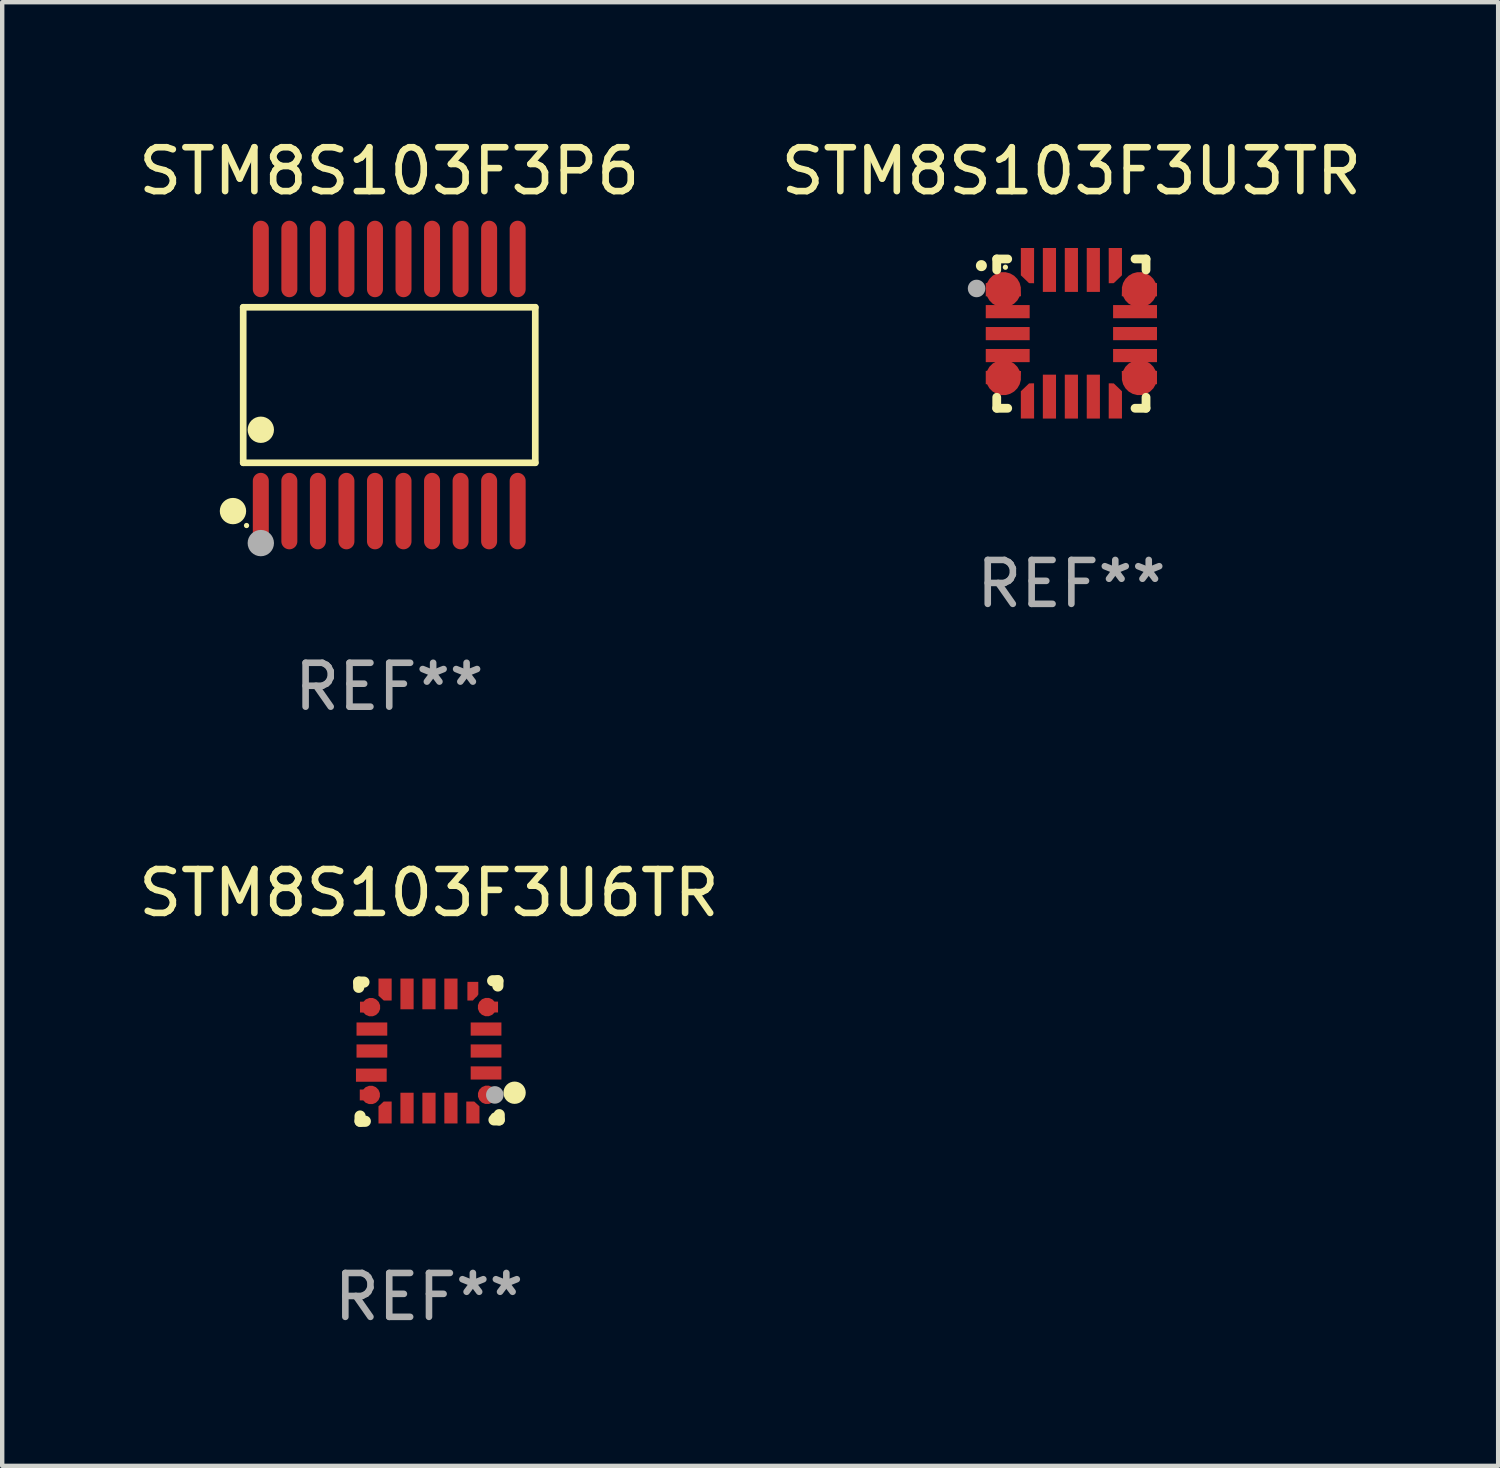
<source format=kicad_pcb>
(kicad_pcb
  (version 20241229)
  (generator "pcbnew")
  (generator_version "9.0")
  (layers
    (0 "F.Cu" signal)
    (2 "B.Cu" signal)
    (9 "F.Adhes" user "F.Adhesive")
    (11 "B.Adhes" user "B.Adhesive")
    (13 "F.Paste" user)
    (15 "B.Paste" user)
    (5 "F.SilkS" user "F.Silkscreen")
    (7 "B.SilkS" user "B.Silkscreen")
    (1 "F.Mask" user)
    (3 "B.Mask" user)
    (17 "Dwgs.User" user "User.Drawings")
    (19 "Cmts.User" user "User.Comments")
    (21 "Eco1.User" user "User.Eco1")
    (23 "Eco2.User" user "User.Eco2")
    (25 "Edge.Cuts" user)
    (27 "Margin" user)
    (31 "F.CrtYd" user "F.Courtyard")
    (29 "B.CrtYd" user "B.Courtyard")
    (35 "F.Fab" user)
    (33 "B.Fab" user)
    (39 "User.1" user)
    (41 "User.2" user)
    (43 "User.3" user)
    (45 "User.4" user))
  (footprint "STM8S103F3U6TR"
    (layer "F.Cu")
    (at 6.72 20.887)
    (property "Reference" "STM8S103F3U6TR" (at 0 -3.6 0) (layer "F.SilkS") (effects (font (size 1 1) (thickness 0.15))))
    (attr through_hole)
    (fp_line (start -1.6 -1.569) (end -1.481 -1.569) (stroke (width 0.254) (type solid)) (layer "F.SilkS"))
    (fp_line (start -1.6 -1.45) (end -1.6 -1.569) (stroke (width 0.254) (type solid)) (layer "F.SilkS"))
    (fp_line (start -1.569 1.6) (end -1.569 1.481) (stroke (width 0.254) (type solid)) (layer "F.SilkS"))
    (fp_line (start -1.45 1.6) (end -1.569 1.6) (stroke (width 0.254) (type solid)) (layer "F.SilkS"))
    (fp_line (start 1.45 -1.6) (end 1.569 -1.6) (stroke (width 0.254) (type solid)) (layer "F.SilkS"))
    (fp_line (start 1.569 -1.6) (end 1.569 -1.481) (stroke (width 0.254) (type solid)) (layer "F.SilkS"))
    (fp_line (start 1.6 1.45) (end 1.6 1.569) (stroke (width 0.254) (type solid)) (layer "F.SilkS"))
    (fp_line (start 1.6 1.569) (end 1.481 1.569) (stroke (width 0.254) (type solid)) (layer "F.SilkS"))
    (fp_circle (center 1.5 1.5) (end 1.55 1.5) (stroke (width 0.1) (type solid)) (fill no) (layer "F.SilkS"))
    (fp_circle (center 1.95 0.95) (end 2.077 0.95) (stroke (width 0.254) (type solid)) (fill no) (layer "F.SilkS"))
    (fp_circle (center 1.5 1) (end 1.6 1) (stroke (width 0.2) (type solid)) (fill no) (layer "F.Fab"))
    (fp_text user "REF**" (at 0 5.6 0) (layer "F.Fab") (effects (font (size 1 1) (thickness 0.15))))
    (pad "1" smd custom (at 1.324 0.998) (size 0.424 0.249) (layers "F.Cu" "F.Mask" "F.Paste") (options (anchor circle)) (primitives (gr_poly (pts (xy 0.25 0.124) (xy 0.25 -0.123) (xy 0.172 -0.124) (xy -0.174 -0.124) (xy -0.174 -0.001) (xy -0.036 0.125)) (width 0) (fill yes))))
    (pad "2" smd rect (at 1.3 0.5) (size 0.7 0.3) (layers "F.Cu" "F.Mask" "F.Paste"))
    (pad "3" smd rect (at 1.3 -0.000025) (size 0.7 0.3) (layers "F.Cu" "F.Mask" "F.Paste"))
    (pad "4" smd rect (at 1.3 -0.5) (size 0.7 0.3) (layers "F.Cu" "F.Mask" "F.Paste"))
    (pad "5" smd custom (at 1.323 -1.001) (size 0.424 0.249) (layers "F.Cu" "F.Mask" "F.Paste") (options (anchor circle)) (primitives (gr_poly (pts (xy 0.25 -0.124) (xy 0.25 0.123) (xy 0.173 0.124) (xy -0.174 0.124) (xy -0.174 0.001) (xy -0.036 -0.125)) (width 0) (fill yes))))
    (pad "6" smd custom (at 1 -1.324) (size 0.249 0.425) (layers "F.Cu" "F.Mask" "F.Paste") (options (anchor circle)) (primitives (gr_poly (pts (xy 0.123 -0.25) (xy -0.123 -0.25) (xy -0.125 -0.172) (xy -0.125 0.175) (xy -0.001 0.175) (xy 0.124 0.036)) (width 0) (fill yes))))
    (pad "7" smd rect (at 0.5 -1.3) (size 0.3 0.7) (layers "F.Cu" "F.Mask" "F.Paste"))
    (pad "8" smd rect (at 0.000114 -1.3) (size 0.3 0.7) (layers "F.Cu" "F.Mask" "F.Paste"))
    (pad "9" smd rect (at -0.5 -1.3) (size 0.3 0.7) (layers "F.Cu" "F.Mask" "F.Paste"))
    (pad "10" smd custom (at -1 -1.4) (size 0.3 0.5) (layers "F.Cu" "F.Mask" "F.Paste") (options (anchor circle)) (primitives (gr_poly (pts (xy -0.15 -0.25) (xy 0.15 -0.25) (xy 0.15 0.25) (xy -0.03 0.25) (xy -0.15 0.14)) (width 0) (fill yes))))
    (pad "11" smd custom (at -1.321 -0.999) (size 0.424 0.249) (layers "F.Cu" "F.Mask" "F.Paste") (options (anchor circle)) (primitives (gr_poly (pts (xy -0.25 -0.124) (xy -0.25 0.123) (xy -0.172 0.124) (xy 0.174 0.124) (xy 0.174 0.001) (xy 0.036 -0.125)) (width 0) (fill yes))))
    (pad "12" smd rect (at -1.3 -0.5) (size 0.7 0.3) (layers "F.Cu" "F.Mask" "F.Paste"))
    (pad "13" smd rect (at -1.3 -0.000025) (size 0.7 0.3) (layers "F.Cu" "F.Mask" "F.Paste"))
    (pad "14" smd rect (at -1.313 0.55) (size 0.7 0.3) (layers "F.Cu" "F.Mask" "F.Paste"))
    (pad "15" smd custom (at -1.326 1.001) (size 0.424 0.249) (layers "F.Cu" "F.Mask" "F.Paste") (options (anchor circle)) (primitives (gr_poly (pts (xy -0.25 0.124) (xy -0.25 -0.124) (xy 0.174 -0.124) (xy 0.174 -0.001) (xy 0.036 0.125)) (width 0) (fill yes))))
    (pad "16" smd custom (at -1 1.4) (size 0.3 0.5) (layers "F.Cu" "F.Mask" "F.Paste") (options (anchor circle)) (primitives (gr_poly (pts (xy -0.15 0.25) (xy 0.15 0.25) (xy 0.15 -0.25) (xy -0.03 -0.25) (xy -0.15 -0.14)) (width 0) (fill yes))))
    (pad "17" smd rect (at -0.5 1.3) (size 0.3 0.7) (layers "F.Cu" "F.Mask" "F.Paste"))
    (pad "18" smd rect (at 0.000114 1.3) (size 0.3 0.7) (layers "F.Cu" "F.Mask" "F.Paste"))
    (pad "19" smd rect (at 0.5 1.3) (size 0.3 0.7) (layers "F.Cu" "F.Mask" "F.Paste"))
    (pad "20" smd custom (at 1 1.4) (size 0.3 0.5) (layers "F.Cu" "F.Mask" "F.Paste") (options (anchor circle)) (primitives (gr_poly (pts (xy 0.15 0.25) (xy -0.15 0.25) (xy -0.15 -0.25) (xy 0.03 -0.25) (xy 0.15 -0.14)) (width 0) (fill yes)))))
  (footprint "STM8S103F3U3TR"
    (layer "F.Cu")
    (at 21.351 4.548)
    (property "Reference" "STM8S103F3U3TR" (at 0 -3.7 0) (layer "F.SilkS") (effects (font (size 1 1) (thickness 0.15))))
    (attr through_hole)
    (fp_line (start -1.7 -1.7) (end -1.45 -1.7) (stroke (width 0.2) (type solid)) (layer "F.SilkS"))
    (fp_line (start -1.7 -1.45) (end -1.7 -1.7) (stroke (width 0.2) (type solid)) (layer "F.SilkS"))
    (fp_line (start -1.7 1.45) (end -1.7 1.7) (stroke (width 0.2) (type solid)) (layer "F.SilkS"))
    (fp_line (start -1.7 1.7) (end -1.45 1.7) (stroke (width 0.2) (type solid)) (layer "F.SilkS"))
    (fp_line (start 1.45 -1.7) (end 1.7 -1.7) (stroke (width 0.2) (type solid)) (layer "F.SilkS"))
    (fp_line (start 1.45 1.7) (end 1.7 1.7) (stroke (width 0.2) (type solid)) (layer "F.SilkS"))
    (fp_line (start 1.7 -1.7) (end 1.7 -1.45) (stroke (width 0.2) (type solid)) (layer "F.SilkS"))
    (fp_line (start 1.7 1.7) (end 1.7 1.45) (stroke (width 0.2) (type solid)) (layer "F.SilkS"))
    (fp_arc (start -2.049784 -1.546863) (mid -2.04979 -1.548133) (end -2.049784 -1.549403) (stroke (width 0.25) (type solid)) (layer "F.SilkS"))
    (fp_circle (center -1.503 -1.512) (end -1.473 -1.512) (stroke (width 0.06) (type solid)) (fill no) (layer "F.SilkS"))
    (fp_circle (center -2.159 -1.028) (end -2.059 -1.028) (stroke (width 0.2) (type solid)) (fill no) (layer "F.Fab"))
    (fp_text user "REF**" (at 0 5.7 0) (layer "F.Fab") (effects (font (size 1 1) (thickness 0.15))))
    (pad "1" smd custom (at -1.549 -1) (size 0.803 0.302) (layers "F.Cu" "F.Mask" "F.Paste") (options (anchor circle)) (primitives (gr_poly (pts (xy -0.401 -0.151) (xy 0.221 -0.151) (xy 0.399 0.036) (xy 0.401 0.15) (xy -0.401 0.151)) (width 0) (fill yes))))
    (pad "2" smd rect (at -1.45 -0.5 90) (size 0.3 1) (layers "F.Cu" "F.Mask" "F.Paste"))
    (pad "3" smd rect (at -1.45 0 90) (size 0.3 1) (layers "F.Cu" "F.Mask" "F.Paste"))
    (pad "4" smd rect (at -1.45 0.5 90) (size 0.3 1) (layers "F.Cu" "F.Mask" "F.Paste"))
    (pad "5" smd custom (at -1.549 1.001) (size 0.803 0.302) (layers "F.Cu" "F.Mask" "F.Paste") (options (anchor circle)) (primitives (gr_poly (pts (xy -0.401 0.151) (xy 0.221 0.151) (xy 0.399 -0.037) (xy 0.401 -0.15) (xy -0.401 -0.152)) (width 0) (fill yes))))
    (pad "6" smd custom (at -1 1.552) (size 0.302 0.803) (layers "F.Cu" "F.Mask" "F.Paste") (options (anchor circle)) (primitives (gr_poly (pts (xy -0.151 0.383) (xy -0.151 -0.239) (xy 0.036 -0.418) (xy 0.15 -0.42) (xy 0.151 0.383)) (width 0) (fill yes))))
    (pad "7" smd rect (at -0.5 1.435) (size 0.3 1) (layers "F.Cu" "F.Mask" "F.Paste"))
    (pad "8" smd rect (at 0 1.435) (size 0.3 1) (layers "F.Cu" "F.Mask" "F.Paste"))
    (pad "9" smd rect (at 0.5 1.435) (size 0.3 1) (layers "F.Cu" "F.Mask" "F.Paste"))
    (pad "10" smd custom (at 1.001 1.552) (size 0.302 0.803) (layers "F.Cu" "F.Mask" "F.Paste") (options (anchor circle)) (primitives (gr_poly (pts (xy 0.151 0.383) (xy 0.151 -0.239) (xy -0.036 -0.418) (xy -0.15 -0.42) (xy -0.151 0.383)) (width 0) (fill yes))))
    (pad "11" smd custom (at 1.549 1.001) (size 0.803 0.302) (layers "F.Cu" "F.Mask" "F.Paste") (options (anchor circle)) (primitives (gr_poly (pts (xy 0.401 0.151) (xy -0.221 0.151) (xy -0.399 -0.037) (xy -0.401 -0.15) (xy 0.401 -0.152)) (width 0) (fill yes))))
    (pad "12" smd rect (at 1.45 0.5 90) (size 0.3 1) (layers "F.Cu" "F.Mask" "F.Paste"))
    (pad "13" smd rect (at 1.45 0 90) (size 0.3 1) (layers "F.Cu" "F.Mask" "F.Paste"))
    (pad "14" smd rect (at 1.45 -0.5 90) (size 0.3 1) (layers "F.Cu" "F.Mask" "F.Paste"))
    (pad "15" smd custom (at 1.549 -1) (size 0.803 0.302) (layers "F.Cu" "F.Mask" "F.Paste") (options (anchor circle)) (primitives (gr_poly (pts (xy 0.401 -0.151) (xy -0.221 -0.151) (xy -0.399 0.036) (xy -0.401 0.15) (xy 0.401 0.151)) (width 0) (fill yes))))
    (pad "16" smd custom (at 1.001 -1.567) (size 0.302 0.803) (layers "F.Cu" "F.Mask" "F.Paste") (options (anchor circle)) (primitives (gr_poly (pts (xy 0.151 -0.383) (xy 0.151 0.239) (xy -0.036 0.418) (xy -0.15 0.42) (xy -0.151 -0.383)) (width 0) (fill yes))))
    (pad "17" smd rect (at 0.5 -1.45) (size 0.3 1) (layers "F.Cu" "F.Mask" "F.Paste"))
    (pad "18" smd rect (at 0 -1.45) (size 0.3 1) (layers "F.Cu" "F.Mask" "F.Paste"))
    (pad "19" smd rect (at -0.5 -1.45) (size 0.3 1) (layers "F.Cu" "F.Mask" "F.Paste"))
    (pad "20" smd custom (at -1 -1.567) (size 0.302 0.803) (layers "F.Cu" "F.Mask" "F.Paste") (options (anchor circle)) (primitives (gr_poly (pts (xy -0.151 -0.383) (xy -0.151 0.239) (xy 0.036 0.418) (xy 0.15 0.42) (xy 0.151 -0.383)) (width 0) (fill yes)))))
  (footprint "STM8S103F3P6"
    (layer "F.Cu")
    (at 5.815 5.719)
    (property "Reference" "STM8S103F3P6" (at 0 -4.871 0) (layer "F.SilkS") (effects (font (size 1 1) (thickness 0.15))))
    (attr through_hole)
    (fp_line (start -3.326 -1.771) (end 3.326 -1.771) (stroke (width 0.152) (type solid)) (layer "F.SilkS"))
    (fp_line (start -3.326 1.771) (end -3.326 -1.771) (stroke (width 0.152) (type solid)) (layer "F.SilkS"))
    (fp_line (start 3.326 -1.771) (end 3.326 1.771) (stroke (width 0.152) (type solid)) (layer "F.SilkS"))
    (fp_line (start 3.326 1.771) (end -3.326 1.771) (stroke (width 0.152) (type solid)) (layer "F.SilkS"))
    (fp_circle (center -3.559 2.871) (end -3.409 2.871) (stroke (width 0.3) (type solid)) (fill no) (layer "F.SilkS"))
    (fp_circle (center -3.25 3.2) (end -3.22 3.2) (stroke (width 0.06) (type solid)) (fill no) (layer "F.SilkS"))
    (fp_circle (center -2.925 1.019) (end -2.775 1.019) (stroke (width 0.3) (type solid)) (fill no) (layer "F.SilkS"))
    (fp_circle (center -2.925 3.6) (end -2.775 3.6) (stroke (width 0.3) (type solid)) (fill no) (layer "F.Fab"))
    (fp_text user "REF**" (at 0 6.871 0) (layer "F.Fab") (effects (font (size 1 1) (thickness 0.15))))
    (pad "1" smd oval (at -2.925 2.871) (size 0.364 1.742) (layers "F.Cu" "F.Mask" "F.Paste"))
    (pad "2" smd oval (at -2.275 2.871) (size 0.364 1.742) (layers "F.Cu" "F.Mask" "F.Paste"))
    (pad "3" smd oval (at -1.625 2.871) (size 0.364 1.742) (layers "F.Cu" "F.Mask" "F.Paste"))
    (pad "4" smd oval (at -0.975 2.871) (size 0.364 1.742) (layers "F.Cu" "F.Mask" "F.Paste"))
    (pad "5" smd oval (at -0.325 2.871) (size 0.364 1.742) (layers "F.Cu" "F.Mask" "F.Paste"))
    (pad "6" smd oval (at 0.325 2.871) (size 0.364 1.742) (layers "F.Cu" "F.Mask" "F.Paste"))
    (pad "7" smd oval (at 0.975 2.871) (size 0.364 1.742) (layers "F.Cu" "F.Mask" "F.Paste"))
    (pad "8" smd oval (at 1.625 2.871) (size 0.364 1.742) (layers "F.Cu" "F.Mask" "F.Paste"))
    (pad "9" smd oval (at 2.275 2.871) (size 0.364 1.742) (layers "F.Cu" "F.Mask" "F.Paste"))
    (pad "10" smd oval (at 2.925 2.871) (size 0.364 1.742) (layers "F.Cu" "F.Mask" "F.Paste"))
    (pad "11" smd oval (at 2.925 -2.871) (size 0.364 1.742) (layers "F.Cu" "F.Mask" "F.Paste"))
    (pad "12" smd oval (at 2.275 -2.871) (size 0.364 1.742) (layers "F.Cu" "F.Mask" "F.Paste"))
    (pad "13" smd oval (at 1.625 -2.871) (size 0.364 1.742) (layers "F.Cu" "F.Mask" "F.Paste"))
    (pad "14" smd oval (at 0.975 -2.871) (size 0.364 1.742) (layers "F.Cu" "F.Mask" "F.Paste"))
    (pad "15" smd oval (at 0.325 -2.871) (size 0.364 1.742) (layers "F.Cu" "F.Mask" "F.Paste"))
    (pad "16" smd oval (at -0.325 -2.871) (size 0.364 1.742) (layers "F.Cu" "F.Mask" "F.Paste"))
    (pad "17" smd oval (at -0.975 -2.871) (size 0.364 1.742) (layers "F.Cu" "F.Mask" "F.Paste"))
    (pad "18" smd oval (at -1.625 -2.871) (size 0.364 1.742) (layers "F.Cu" "F.Mask" "F.Paste"))
    (pad "19" smd oval (at -2.275 -2.871) (size 0.364 1.742) (layers "F.Cu" "F.Mask" "F.Paste"))
    (pad "20" smd oval (at -2.925 -2.871) (size 0.364 1.742) (layers "F.Cu" "F.Mask" "F.Paste")))
  (gr_rect
    (start -3 -3)
    (end 31.071 30.335)
    (stroke (width 0.1) (type default))
    (fill no)
    (layer "Edge.Cuts")))
</source>
